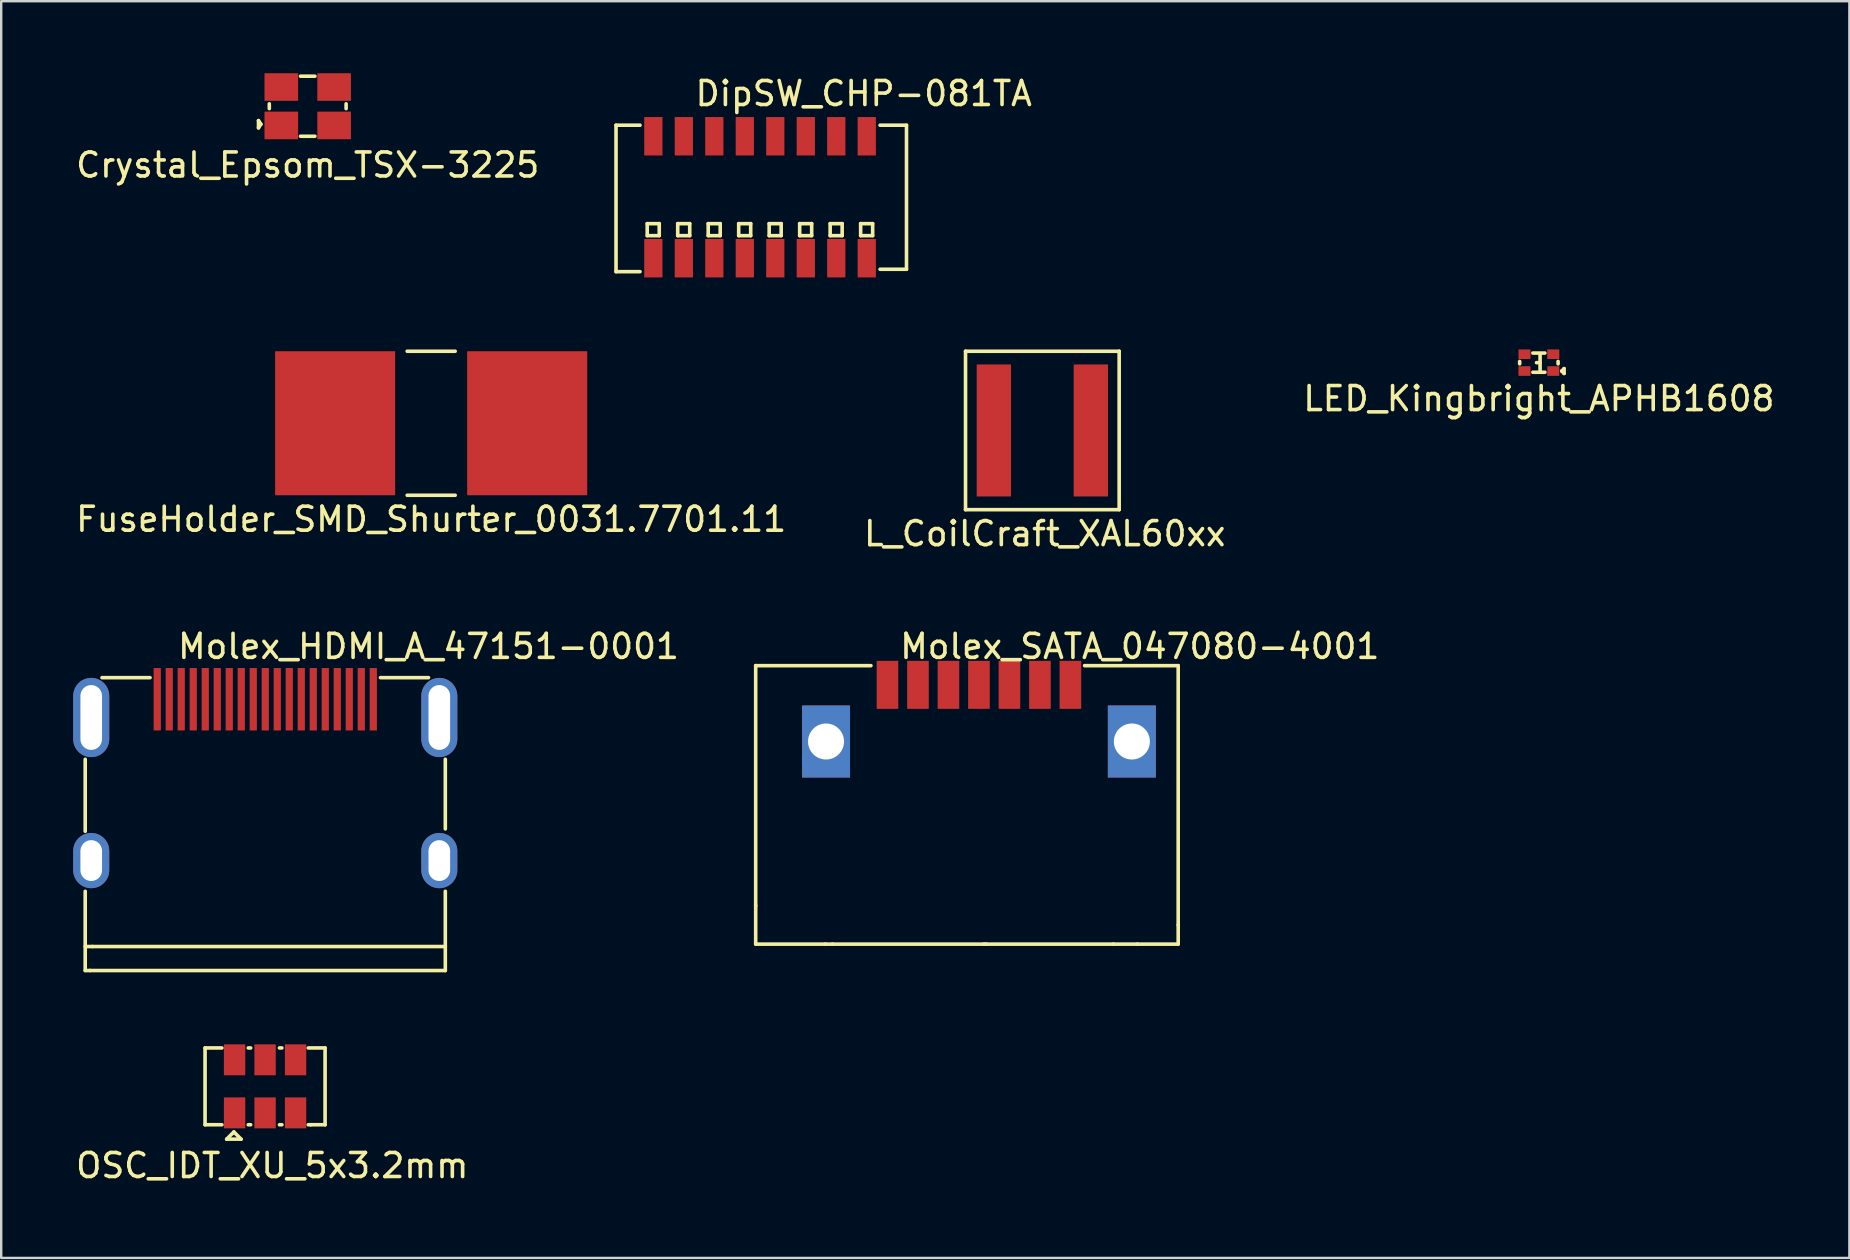
<source format=kicad_pcb>
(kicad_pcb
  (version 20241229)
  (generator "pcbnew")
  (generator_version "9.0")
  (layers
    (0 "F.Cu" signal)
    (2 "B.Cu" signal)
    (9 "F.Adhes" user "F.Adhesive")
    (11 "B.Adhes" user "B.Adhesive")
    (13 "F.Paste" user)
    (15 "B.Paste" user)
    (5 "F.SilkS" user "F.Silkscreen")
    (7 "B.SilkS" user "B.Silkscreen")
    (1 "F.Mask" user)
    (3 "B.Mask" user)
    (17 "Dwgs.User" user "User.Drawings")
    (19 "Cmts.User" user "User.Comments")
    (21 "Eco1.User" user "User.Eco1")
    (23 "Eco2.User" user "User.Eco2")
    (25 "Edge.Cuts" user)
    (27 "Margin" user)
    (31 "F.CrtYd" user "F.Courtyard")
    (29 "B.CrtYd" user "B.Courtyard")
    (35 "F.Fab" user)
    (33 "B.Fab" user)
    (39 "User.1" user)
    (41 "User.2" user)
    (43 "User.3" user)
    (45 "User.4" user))
  (footprint "L_CoilCraft_XAL60xx"
    (layer "F.Cu")
    (at 40.37 14.881)
    (property "Reference" "L_CoilCraft_XAL60xx" (at 0.1 4.3 0) (layer "F.SilkS") (effects (font (size 1 1) (thickness 0.15))))
    (attr through_hole)
    (fp_line (start -3.2 -3.3) (end 3.2 -3.3) (stroke (width 0.15) (type solid)) (layer "F.SilkS"))
    (fp_line (start -3.2 3.3) (end -3.2 -3.3) (stroke (width 0.15) (type solid)) (layer "F.SilkS"))
    (fp_line (start 3.2 -3.3) (end 3.2 3.3) (stroke (width 0.15) (type solid)) (layer "F.SilkS"))
    (fp_line (start 3.2 3.3) (end -3.2 3.3) (stroke (width 0.15) (type solid)) (layer "F.SilkS"))
    (pad "1" smd rect (at -2.02 0) (size 1.43 5.5) (layers "F.Cu" "F.Mask" "F.Paste"))
    (pad "2" smd rect (at 2.02 0) (size 1.43 5.5) (layers "F.Cu" "F.Mask" "F.Paste")))
  (footprint "Molex_SATA_047080-4001"
    (layer "F.Cu")
    (at 37.729 25.478)
    (property "Reference" "Molex_SATA_047080-4001" (at 6.7 -1.6 0) (layer "F.SilkS") (effects (font (size 1 1) (thickness 0.15))))
    (attr through_hole)
    (fp_line (start -9.3 -0.8) (end -4.5 -0.8) (stroke (width 0.15) (type solid)) (layer "F.SilkS"))
    (fp_line (start -9.3 9.2) (end -9.3 -0.8) (stroke (width 0.15) (type solid)) (layer "F.SilkS"))
    (fp_line (start -9.3 10.8) (end -9.3 9.2) (stroke (width 0.15) (type solid)) (layer "F.SilkS"))
    (fp_line (start -6.4 10.8) (end -9.3 10.8) (stroke (width 0.15) (type solid)) (layer "F.SilkS"))
    (fp_line (start -6.4 10.8) (end -6.1 10.8) (stroke (width 0.15) (type solid)) (layer "F.SilkS"))
    (fp_line (start -6.1 10.8) (end 0.3 10.8) (stroke (width 0.15) (type solid)) (layer "F.SilkS"))
    (fp_line (start 0.2 10.8) (end 5.6 10.8) (stroke (width 0.15) (type solid)) (layer "F.SilkS"))
    (fp_line (start 5.6 10.8) (end 6.6 10.8) (stroke (width 0.15) (type solid)) (layer "F.SilkS"))
    (fp_line (start 6.6 10.8) (end 8.3 10.8) (stroke (width 0.15) (type solid)) (layer "F.SilkS"))
    (fp_line (start 8.3 -0.8) (end 4.4 -0.8) (stroke (width 0.15) (type solid)) (layer "F.SilkS"))
    (fp_line (start 8.3 10) (end 8.3 -0.8) (stroke (width 0.15) (type solid)) (layer "F.SilkS"))
    (fp_line (start 8.3 10.8) (end 8.3 10) (stroke (width 0.15) (type solid)) (layer "F.SilkS"))
    (pad "1" smd rect (at 3.81 0) (size 0.9 2) (layers "F.Cu" "F.Mask" "F.Paste"))
    (pad "2" smd rect (at 2.54 0) (size 0.9 2) (layers "F.Cu" "F.Mask" "F.Paste"))
    (pad "3" smd rect (at 1.27 0) (size 0.9 2) (layers "F.Cu" "F.Mask" "F.Paste"))
    (pad "4" smd rect (at 0 0) (size 0.9 2) (layers "F.Cu" "F.Mask" "F.Paste"))
    (pad "5" smd rect (at -1.27 0) (size 0.9 2) (layers "F.Cu" "F.Mask" "F.Paste"))
    (pad "6" smd rect (at -2.54 0) (size 0.9 2) (layers "F.Cu" "F.Mask" "F.Paste"))
    (pad "7" smd rect (at -3.81 0) (size 0.9 2) (layers "F.Cu" "F.Mask" "F.Paste"))
    (pad "S" thru_hole rect (at -6.37 2.36) (size 2 3) (drill 1.5) (layers "*.Cu" "*.Mask"))
    (pad "S" thru_hole rect (at 6.37 2.36) (size 2 3) (drill 1.5) (layers "*.Cu" "*.Mask")))
  (footprint "OSC_IDT_XU_5x3.2mm"
    (layer "F.Cu")
    (at 7.992 42.203)
    (property "Reference" "OSC_IDT_XU_5x3.2mm" (at 0.3 3.3 0) (layer "F.SilkS") (effects (font (size 1 1) (thickness 0.15))))
    (attr through_hole)
    (fp_line (start -2.5 -1.6) (end -1.8 -1.6) (stroke (width 0.15) (type solid)) (layer "F.SilkS"))
    (fp_line (start -2.5 1.6) (end -2.5 -1.6) (stroke (width 0.15) (type solid)) (layer "F.SilkS"))
    (fp_line (start -1.8 1.6) (end -2.5 1.6) (stroke (width 0.15) (type solid)) (layer "F.SilkS"))
    (fp_line (start -1.6 2.2) (end -1 2.2) (stroke (width 0.15) (type solid)) (layer "F.SilkS"))
    (fp_line (start -1.3 1.9) (end -1.6 2.2) (stroke (width 0.15) (type solid)) (layer "F.SilkS"))
    (fp_line (start -1 2.2) (end -1.3 1.9) (stroke (width 0.15) (type solid)) (layer "F.SilkS"))
    (fp_line (start -0.7 -1.6) (end -0.6 -1.6) (stroke (width 0.15) (type solid)) (layer "F.SilkS"))
    (fp_line (start -0.6 1.6) (end -0.7 1.6) (stroke (width 0.15) (type solid)) (layer "F.SilkS"))
    (fp_line (start 0.6 -1.6) (end 0.7 -1.6) (stroke (width 0.15) (type solid)) (layer "F.SilkS"))
    (fp_line (start 0.7 1.6) (end 0.6 1.6) (stroke (width 0.15) (type solid)) (layer "F.SilkS"))
    (fp_line (start 1.9 1.6) (end 1.8 1.6) (stroke (width 0.15) (type solid)) (layer "F.SilkS"))
    (fp_line (start 2.5 -1.6) (end 1.8 -1.6) (stroke (width 0.15) (type solid)) (layer "F.SilkS"))
    (fp_line (start 2.5 -1.6) (end 2.5 1.6) (stroke (width 0.15) (type solid)) (layer "F.SilkS"))
    (fp_line (start 2.5 1.6) (end 1.9 1.6) (stroke (width 0.15) (type solid)) (layer "F.SilkS"))
    (pad "1" smd rect (at -1.27 1.105) (size 0.89 1.29) (layers "F.Cu" "F.Mask" "F.Paste"))
    (pad "2" smd rect (at 0 1.105) (size 0.89 1.29) (layers "F.Cu" "F.Mask" "F.Paste"))
    (pad "3" smd rect (at 1.27 1.105) (size 0.89 1.29) (layers "F.Cu" "F.Mask" "F.Paste"))
    (pad "4" smd rect (at 1.27 -1.105) (size 0.89 1.29) (layers "F.Cu" "F.Mask" "F.Paste"))
    (pad "5" smd rect (at 0 -1.105) (size 0.89 1.29) (layers "F.Cu" "F.Mask" "F.Paste"))
    (pad "6" smd rect (at -1.27 -1.105) (size 0.89 1.29) (layers "F.Cu" "F.Mask" "F.Paste")))
  (footprint "FuseHolder_SMD_Shurter_0031.7701.11"
    (layer "F.Cu")
    (at 14.911 14.581)
    (property "Reference" "FuseHolder_SMD_Shurter_0031.7701.11" (at 0 4 0) (layer "F.SilkS") (effects (font (size 1 1) (thickness 0.15))))
    (attr through_hole)
    (fp_line (start -1 -3) (end 1 -3) (stroke (width 0.15) (type solid)) (layer "F.SilkS"))
    (fp_line (start -1 3) (end 1 3) (stroke (width 0.15) (type solid)) (layer "F.SilkS"))
    (pad "1" smd rect (at -4 0) (size 5 6) (layers "F.Cu" "F.Mask" "F.Paste"))
    (pad "2" smd rect (at 4 0) (size 5 6) (layers "F.Cu" "F.Mask" "F.Paste")))
  (footprint "LED_Kingbright_APHB1608"
    (layer "F.Cu")
    (at 61.054 12.056)
    (property "Reference" "LED_Kingbright_APHB1608" (at 0 1.5 0) (layer "F.SilkS") (effects (font (size 1 1) (thickness 0.15))))
    (attr through_hole)
    (fp_line (start -0.8 0.05) (end -0.8 -0.05) (stroke (width 0.15) (type solid)) (layer "F.SilkS"))
    (fp_line (start -0.25 -0.4) (end 0.25 -0.4) (stroke (width 0.15) (type solid)) (layer "F.SilkS"))
    (fp_line (start -0.25 0.4) (end 0.25 0.4) (stroke (width 0.15) (type solid)) (layer "F.SilkS"))
    (fp_line (start 0.05 0) (end -0.1 0) (stroke (width 0.15) (type solid)) (layer "F.SilkS"))
    (fp_line (start 0.05 0.4) (end 0.05 -0.35) (stroke (width 0.15) (type solid)) (layer "F.SilkS"))
    (fp_line (start 0.8 0.05) (end 0.8 -0.05) (stroke (width 0.15) (type solid)) (layer "F.SilkS"))
    (fp_line (start 0.95 0.35) (end 1.05 0.25) (stroke (width 0.15) (type solid)) (layer "F.SilkS"))
    (fp_line (start 0.95 0.35) (end 1.05 0.45) (stroke (width 0.15) (type solid)) (layer "F.SilkS"))
    (fp_line (start 1.05 0.45) (end 1.05 0.25) (stroke (width 0.15) (type solid)) (layer "F.SilkS"))
    (pad "1" smd rect (at 0.6 0.35) (size 0.5 0.4) (layers "F.Cu" "F.Mask" "F.Paste"))
    (pad "2" smd rect (at -0.6 0.35) (size 0.5 0.4) (layers "F.Cu" "F.Mask" "F.Paste"))
    (pad "3" smd rect (at 0.6 -0.35) (size 0.5 0.4) (layers "F.Cu" "F.Mask" "F.Paste"))
    (pad "4" smd rect (at -0.6 -0.35) (size 0.5 0.4) (layers "F.Cu" "F.Mask" "F.Paste")))
  (footprint "Molex_HDMI_A_47151-0001"
    (layer "F.Cu")
    (at 8 24.778)
    (property "Reference" "Molex_HDMI_A_47151-0001" (at 6.8 -0.9 0) (layer "F.SilkS") (effects (font (size 1 1) (thickness 0.15))))
    (attr through_hole)
    (fp_line (start -7.5 3.8) (end -7.5 6.8) (stroke (width 0.15) (type solid)) (layer "F.SilkS"))
    (fp_line (start -7.5 12.6) (end -7.5 9.3) (stroke (width 0.15) (type solid)) (layer "F.SilkS"))
    (fp_line (start -7.3 12.6) (end -7.5 12.6) (stroke (width 0.15) (type solid)) (layer "F.SilkS"))
    (fp_line (start -7.2 11.6) (end -7.5 11.6) (stroke (width 0.15) (type solid)) (layer "F.SilkS"))
    (fp_line (start -6.8 0.4) (end -4.8 0.4) (stroke (width 0.15) (type solid)) (layer "F.SilkS"))
    (fp_line (start 4.8 0.4) (end 6.8 0.4) (stroke (width 0.15) (type solid)) (layer "F.SilkS"))
    (fp_line (start 7.5 6.7) (end 7.5 3.8) (stroke (width 0.15) (type solid)) (layer "F.SilkS"))
    (fp_line (start 7.5 11.6) (end -7.2 11.6) (stroke (width 0.15) (type solid)) (layer "F.SilkS"))
    (fp_line (start 7.5 12.6) (end -7.3 12.6) (stroke (width 0.15) (type solid)) (layer "F.SilkS"))
    (fp_line (start 7.5 12.6) (end 7.5 9.3) (stroke (width 0.15) (type solid)) (layer "F.SilkS"))
    (pad "1" smd rect (at 4.5 1.3) (size 0.3 2.6) (layers "F.Cu" "F.Mask" "F.Paste"))
    (pad "2" smd rect (at 4 1.3) (size 0.3 2.6) (layers "F.Cu" "F.Mask" "F.Paste"))
    (pad "3" smd rect (at 3.5 1.3) (size 0.3 2.6) (layers "F.Cu" "F.Mask" "F.Paste"))
    (pad "4" smd rect (at 3 1.3) (size 0.3 2.6) (layers "F.Cu" "F.Mask" "F.Paste"))
    (pad "5" smd rect (at 2.5 1.3) (size 0.3 2.6) (layers "F.Cu" "F.Mask" "F.Paste"))
    (pad "6" smd rect (at 2 1.3) (size 0.3 2.6) (layers "F.Cu" "F.Mask" "F.Paste"))
    (pad "7" smd rect (at 1.5 1.3) (size 0.3 2.6) (layers "F.Cu" "F.Mask" "F.Paste"))
    (pad "8" smd rect (at 1 1.3) (size 0.3 2.6) (layers "F.Cu" "F.Mask" "F.Paste"))
    (pad "9" smd rect (at 0.5 1.3) (size 0.3 2.6) (layers "F.Cu" "F.Mask" "F.Paste"))
    (pad "10" smd rect (at 0 1.3) (size 0.3 2.6) (layers "F.Cu" "F.Mask" "F.Paste"))
    (pad "11" smd rect (at -0.5 1.3) (size 0.3 2.6) (layers "F.Cu" "F.Mask" "F.Paste"))
    (pad "12" smd rect (at -1 1.3) (size 0.3 2.6) (layers "F.Cu" "F.Mask" "F.Paste"))
    (pad "13" smd rect (at -1.5 1.3) (size 0.3 2.6) (layers "F.Cu" "F.Mask" "F.Paste"))
    (pad "14" smd rect (at -2 1.3) (size 0.3 2.6) (layers "F.Cu" "F.Mask" "F.Paste"))
    (pad "15" smd rect (at -2.5 1.3) (size 0.3 2.6) (layers "F.Cu" "F.Mask" "F.Paste"))
    (pad "16" smd rect (at -3 1.3) (size 0.3 2.6) (layers "F.Cu" "F.Mask" "F.Paste"))
    (pad "17" smd rect (at -3.5 1.3) (size 0.3 2.6) (layers "F.Cu" "F.Mask" "F.Paste"))
    (pad "18" smd rect (at -4 1.3) (size 0.3 2.6) (layers "F.Cu" "F.Mask" "F.Paste"))
    (pad "19" smd rect (at -4.5 1.3) (size 0.3 2.6) (layers "F.Cu" "F.Mask" "F.Paste"))
    (pad "SH" thru_hole oval (at -7.25 2.06) (size 1.5 3.3) (drill oval 0.9 2.7) (layers "*.Cu" "*.Mask"))
    (pad "SH" thru_hole oval (at -7.25 8.02) (size 1.5 2.3) (drill oval 0.9 1.7) (layers "*.Cu" "*.Mask"))
    (pad "SH" thru_hole oval (at 7.25 2.06) (size 1.5 3.3) (drill oval 0.9 2.7) (layers "*.Cu" "*.Mask"))
    (pad "SH" thru_hole oval (at 7.25 8.02) (size 1.5 2.3) (drill oval 0.9 1.7) (layers "*.Cu" "*.Mask")))
  (footprint "DipSW_CHP-081TA"
    (layer "F.Cu")
    (at 28.611 5.166)
    (property "Reference" "DipSW_CHP-081TA" (at 4.318 -4.318 0) (layer "F.SilkS") (effects (font (size 1 1) (thickness 0.15))))
    (attr through_hole)
    (fp_line (start -6 -3) (end -5 -3) (stroke (width 0.15) (type solid)) (layer "F.SilkS"))
    (fp_line (start -6 3.1) (end -6 -3) (stroke (width 0.15) (type solid)) (layer "F.SilkS"))
    (fp_line (start -5 3.1) (end -6 3.1) (stroke (width 0.15) (type solid)) (layer "F.SilkS"))
    (fp_line (start -4.7 1.1) (end -4.2 1.1) (stroke (width 0.15) (type solid)) (layer "F.SilkS"))
    (fp_line (start -4.7 1.6) (end -4.7 1.1) (stroke (width 0.15) (type solid)) (layer "F.SilkS"))
    (fp_line (start -4.7 1.6) (end -4.2 1.6) (stroke (width 0.15) (type solid)) (layer "F.SilkS"))
    (fp_line (start -4.2 1.6) (end -4.2 1.1) (stroke (width 0.15) (type solid)) (layer "F.SilkS"))
    (fp_line (start -3.43 1.1) (end -2.93 1.1) (stroke (width 0.15) (type solid)) (layer "F.SilkS"))
    (fp_line (start -3.43 1.6) (end -3.43 1.1) (stroke (width 0.15) (type solid)) (layer "F.SilkS"))
    (fp_line (start -3.43 1.6) (end -2.93 1.6) (stroke (width 0.15) (type solid)) (layer "F.SilkS"))
    (fp_line (start -2.93 1.6) (end -2.93 1.1) (stroke (width 0.15) (type solid)) (layer "F.SilkS"))
    (fp_line (start -2.16 1.1) (end -1.66 1.1) (stroke (width 0.15) (type solid)) (layer "F.SilkS"))
    (fp_line (start -2.16 1.6) (end -2.16 1.1) (stroke (width 0.15) (type solid)) (layer "F.SilkS"))
    (fp_line (start -2.16 1.6) (end -1.66 1.6) (stroke (width 0.15) (type solid)) (layer "F.SilkS"))
    (fp_line (start -1.66 1.6) (end -1.66 1.1) (stroke (width 0.15) (type solid)) (layer "F.SilkS"))
    (fp_line (start -0.89 1.1) (end -0.39 1.1) (stroke (width 0.15) (type solid)) (layer "F.SilkS"))
    (fp_line (start -0.89 1.6) (end -0.89 1.1) (stroke (width 0.15) (type solid)) (layer "F.SilkS"))
    (fp_line (start -0.89 1.6) (end -0.39 1.6) (stroke (width 0.15) (type solid)) (layer "F.SilkS"))
    (fp_line (start -0.39 1.6) (end -0.39 1.1) (stroke (width 0.15) (type solid)) (layer "F.SilkS"))
    (fp_line (start 0.38 1.1) (end 0.88 1.1) (stroke (width 0.15) (type solid)) (layer "F.SilkS"))
    (fp_line (start 0.38 1.6) (end 0.38 1.1) (stroke (width 0.15) (type solid)) (layer "F.SilkS"))
    (fp_line (start 0.38 1.6) (end 0.88 1.6) (stroke (width 0.15) (type solid)) (layer "F.SilkS"))
    (fp_line (start 0.88 1.6) (end 0.88 1.1) (stroke (width 0.15) (type solid)) (layer "F.SilkS"))
    (fp_line (start 1.65 1.1) (end 2.15 1.1) (stroke (width 0.15) (type solid)) (layer "F.SilkS"))
    (fp_line (start 1.65 1.6) (end 1.65 1.1) (stroke (width 0.15) (type solid)) (layer "F.SilkS"))
    (fp_line (start 1.65 1.6) (end 2.15 1.6) (stroke (width 0.15) (type solid)) (layer "F.SilkS"))
    (fp_line (start 2.15 1.6) (end 2.15 1.1) (stroke (width 0.15) (type solid)) (layer "F.SilkS"))
    (fp_line (start 2.92 1.1) (end 3.42 1.1) (stroke (width 0.15) (type solid)) (layer "F.SilkS"))
    (fp_line (start 2.92 1.6) (end 2.92 1.1) (stroke (width 0.15) (type solid)) (layer "F.SilkS"))
    (fp_line (start 2.92 1.6) (end 3.42 1.6) (stroke (width 0.15) (type solid)) (layer "F.SilkS"))
    (fp_line (start 3.42 1.6) (end 3.42 1.1) (stroke (width 0.15) (type solid)) (layer "F.SilkS"))
    (fp_line (start 4.19 1.1) (end 4.69 1.1) (stroke (width 0.15) (type solid)) (layer "F.SilkS"))
    (fp_line (start 4.19 1.6) (end 4.19 1.1) (stroke (width 0.15) (type solid)) (layer "F.SilkS"))
    (fp_line (start 4.19 1.6) (end 4.69 1.6) (stroke (width 0.15) (type solid)) (layer "F.SilkS"))
    (fp_line (start 4.69 1.6) (end 4.69 1.1) (stroke (width 0.15) (type solid)) (layer "F.SilkS"))
    (fp_line (start 5 -3) (end 6.1 -3) (stroke (width 0.15) (type solid)) (layer "F.SilkS"))
    (fp_line (start 6.1 -3) (end 6.1 3) (stroke (width 0.15) (type solid)) (layer "F.SilkS"))
    (fp_line (start 6.1 3) (end 5 3) (stroke (width 0.15) (type solid)) (layer "F.SilkS"))
    (pad "1" smd rect (at -4.445 2.54) (size 0.76 1.6) (layers "F.Cu" "F.Mask" "F.Paste"))
    (pad "2" smd rect (at -3.175 2.54) (size 0.76 1.6) (layers "F.Cu" "F.Mask" "F.Paste"))
    (pad "3" smd rect (at -1.905 2.54) (size 0.76 1.6) (layers "F.Cu" "F.Mask" "F.Paste"))
    (pad "4" smd rect (at -0.635 2.54) (size 0.76 1.6) (layers "F.Cu" "F.Mask" "F.Paste"))
    (pad "5" smd rect (at 0.635 2.54) (size 0.76 1.6) (layers "F.Cu" "F.Mask" "F.Paste"))
    (pad "6" smd rect (at 1.905 2.54) (size 0.76 1.6) (layers "F.Cu" "F.Mask" "F.Paste"))
    (pad "7" smd rect (at 3.175 2.54) (size 0.76 1.6) (layers "F.Cu" "F.Mask" "F.Paste"))
    (pad "8" smd rect (at 4.445 2.54) (size 0.76 1.6) (layers "F.Cu" "F.Mask" "F.Paste"))
    (pad "9" smd rect (at 4.445 -2.54) (size 0.76 1.6) (layers "F.Cu" "F.Mask" "F.Paste"))
    (pad "10" smd rect (at 3.175 -2.54) (size 0.76 1.6) (layers "F.Cu" "F.Mask" "F.Paste"))
    (pad "11" smd rect (at 1.905 -2.54) (size 0.76 1.6) (layers "F.Cu" "F.Mask" "F.Paste"))
    (pad "12" smd rect (at 0.635 -2.54) (size 0.76 1.6) (layers "F.Cu" "F.Mask" "F.Paste"))
    (pad "13" smd rect (at -0.635 -2.54) (size 0.76 1.6) (layers "F.Cu" "F.Mask" "F.Paste"))
    (pad "14" smd rect (at -1.905 -2.54) (size 0.76 1.6) (layers "F.Cu" "F.Mask" "F.Paste"))
    (pad "15" smd rect (at -3.175 -2.54) (size 0.76 1.6) (layers "F.Cu" "F.Mask" "F.Paste"))
    (pad "16" smd rect (at -4.445 -2.54) (size 0.76 1.6) (layers "F.Cu" "F.Mask" "F.Paste")))
  (footprint "Crystal_Epsom_TSX-3225"
    (layer "F.Cu")
    (at 9.768 1.375)
    (property "Reference" "Crystal_Epsom_TSX-3225" (at 0 2.45 0) (layer "F.SilkS") (effects (font (size 1 1) (thickness 0.15))))
    (attr through_hole)
    (fp_line (start -2.05 0.6) (end -2.05 0.9) (stroke (width 0.15) (type solid)) (layer "F.SilkS"))
    (fp_line (start -2.05 0.9) (end -1.95 0.75) (stroke (width 0.15) (type solid)) (layer "F.SilkS"))
    (fp_line (start -1.95 0.75) (end -2.05 0.6) (stroke (width 0.15) (type solid)) (layer "F.SilkS"))
    (fp_line (start -1.6 0.1) (end -1.6 -0.1) (stroke (width 0.15) (type solid)) (layer "F.SilkS"))
    (fp_line (start -0.3 -1.25) (end 0.3 -1.25) (stroke (width 0.15) (type solid)) (layer "F.SilkS"))
    (fp_line (start -0.3 1.25) (end 0.3 1.25) (stroke (width 0.15) (type solid)) (layer "F.SilkS"))
    (fp_line (start 1.6 0.1) (end 1.6 -0.1) (stroke (width 0.15) (type solid)) (layer "F.SilkS"))
    (pad "1" smd rect (at -1.1 0.8) (size 1.4 1.15) (layers "F.Cu" "F.Mask" "F.Paste"))
    (pad "2" smd rect (at 1.1 -0.8) (size 1.4 1.15) (layers "F.Cu" "F.Mask" "F.Paste"))
    (pad "3" smd rect (at -1.1 -0.8) (size 1.4 1.15) (layers "F.Cu" "F.Mask" "F.Paste"))
    (pad "3" smd rect (at 1.1 0.8) (size 1.4 1.15) (layers "F.Cu" "F.Mask" "F.Paste")))
  (gr_rect
    (start -3 -3)
    (end 73.988 49.351)
    (stroke (width 0.1) (type default))
    (fill no)
    (layer "Edge.Cuts")))
</source>
